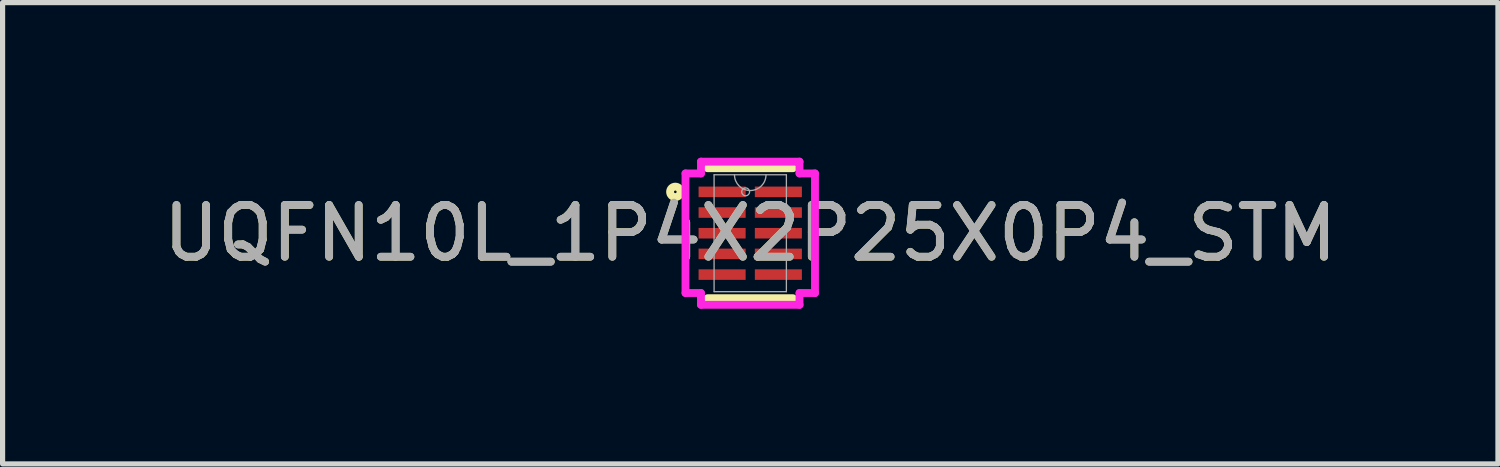
<source format=kicad_pcb>
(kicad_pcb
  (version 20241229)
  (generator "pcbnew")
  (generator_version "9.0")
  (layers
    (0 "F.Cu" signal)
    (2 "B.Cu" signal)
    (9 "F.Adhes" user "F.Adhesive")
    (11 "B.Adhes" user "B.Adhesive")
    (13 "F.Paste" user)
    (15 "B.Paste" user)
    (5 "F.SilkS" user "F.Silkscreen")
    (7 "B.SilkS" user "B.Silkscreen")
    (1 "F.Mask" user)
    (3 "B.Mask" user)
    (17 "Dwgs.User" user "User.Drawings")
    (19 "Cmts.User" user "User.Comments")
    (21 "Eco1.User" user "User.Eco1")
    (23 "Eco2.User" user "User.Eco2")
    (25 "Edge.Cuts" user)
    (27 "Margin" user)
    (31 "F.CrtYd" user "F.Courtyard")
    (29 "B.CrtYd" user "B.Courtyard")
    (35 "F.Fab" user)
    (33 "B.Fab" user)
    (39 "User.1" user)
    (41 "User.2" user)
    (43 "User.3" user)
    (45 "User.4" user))
  (footprint "UQFN10L_1P4X2P25X0P4_STM"
    (layer "F.Cu")
    (at 11.458 1.46)
    (property "Reference" "UQFN10L_1P4X2P25X0P4_STM" (at 0 0 0) (unlocked yes) (layer "F.SilkS") (effects (font (size 1 1) (thickness 0.15))))
    (attr smd)
    (fp_line (start -0.826 1.257) (end 0.826 1.257) (stroke (width 0.152) (type solid)) (layer "F.SilkS"))
    (fp_line (start 0.826 -1.257) (end -0.826 -1.257) (stroke (width 0.152) (type solid)) (layer "F.SilkS"))
    (fp_circle (center -1.449 -0.8) (end -1.348 -0.8) (stroke (width 0.152) (type solid)) (fill no) (layer "F.SilkS"))
    (fp_line (start -1.252 -1.156) (end -0.953 -1.156) (stroke (width 0.152) (type solid)) (layer "F.CrtYd"))
    (fp_line (start -1.252 1.156) (end -1.252 -1.156) (stroke (width 0.152) (type solid)) (layer "F.CrtYd"))
    (fp_line (start -1.252 1.156) (end -0.953 1.156) (stroke (width 0.152) (type solid)) (layer "F.CrtYd"))
    (fp_line (start -0.953 -1.384) (end 0.953 -1.384) (stroke (width 0.152) (type solid)) (layer "F.CrtYd"))
    (fp_line (start -0.953 -1.156) (end -0.953 -1.384) (stroke (width 0.152) (type solid)) (layer "F.CrtYd"))
    (fp_line (start -0.953 1.384) (end -0.953 1.156) (stroke (width 0.152) (type solid)) (layer "F.CrtYd"))
    (fp_line (start 0.953 -1.384) (end 0.953 -1.156) (stroke (width 0.152) (type solid)) (layer "F.CrtYd"))
    (fp_line (start 0.953 1.156) (end 0.953 1.384) (stroke (width 0.152) (type solid)) (layer "F.CrtYd"))
    (fp_line (start 0.953 1.384) (end -0.953 1.384) (stroke (width 0.152) (type solid)) (layer "F.CrtYd"))
    (fp_line (start 1.252 -1.156) (end 0.953 -1.156) (stroke (width 0.152) (type solid)) (layer "F.CrtYd"))
    (fp_line (start 1.252 -1.156) (end 1.252 1.156) (stroke (width 0.152) (type solid)) (layer "F.CrtYd"))
    (fp_line (start 1.252 1.156) (end 0.953 1.156) (stroke (width 0.152) (type solid)) (layer "F.CrtYd"))
    (fp_line (start -0.699 -1.13) (end -0.699 1.13) (stroke (width 0.025) (type solid)) (layer "F.Fab"))
    (fp_line (start -0.699 1.13) (end 0.699 1.13) (stroke (width 0.025) (type solid)) (layer "F.Fab"))
    (fp_line (start 0.699 -1.13) (end -0.699 -1.13) (stroke (width 0.025) (type solid)) (layer "F.Fab"))
    (fp_line (start 0.699 1.13) (end 0.699 -1.13) (stroke (width 0.025) (type solid)) (layer "F.Fab"))
    (fp_arc (start 0.3048 -1.1303) (mid 0 -0.8255) (end -0.3048 -1.1303) (stroke (width 0.0254) (type solid)) (layer "F.Fab"))
    (fp_circle (center -0.089 -0.8) (end -0.013 -0.8) (stroke (width 0.025) (type solid)) (fill no) (layer "F.Fab"))
    (fp_text user "${REFERENCE}" (at 0 0 0) (unlocked yes) (layer "F.Fab") (effects (font (size 1 1) (thickness 0.15))))
    (pad "1" smd rect (at -0.544 -0.8) (size 0.91 0.204) (layers "F.Cu" "F.Mask" "F.Paste"))
    (pad "2" smd rect (at -0.544 -0.4) (size 0.91 0.204) (layers "F.Cu" "F.Mask" "F.Paste"))
    (pad "3" smd rect (at -0.544 0) (size 0.91 0.204) (layers "F.Cu" "F.Mask" "F.Paste"))
    (pad "4" smd rect (at -0.544 0.4) (size 0.91 0.204) (layers "F.Cu" "F.Mask" "F.Paste"))
    (pad "5" smd rect (at -0.544 0.8) (size 0.91 0.204) (layers "F.Cu" "F.Mask" "F.Paste"))
    (pad "6" smd rect (at 0.544 0.8) (size 0.91 0.204) (layers "F.Cu" "F.Mask" "F.Paste"))
    (pad "7" smd rect (at 0.544 0.4) (size 0.91 0.204) (layers "F.Cu" "F.Mask" "F.Paste"))
    (pad "8" smd rect (at 0.544 0) (size 0.91 0.204) (layers "F.Cu" "F.Mask" "F.Paste"))
    (pad "9" smd rect (at 0.544 -0.4) (size 0.91 0.204) (layers "F.Cu" "F.Mask" "F.Paste"))
    (pad "10" smd rect (at 0.544 -0.8) (size 0.91 0.204) (layers "F.Cu" "F.Mask" "F.Paste")))
  (gr_rect
    (start -3 -3)
    (end 25.917 5.921)
    (stroke (width 0.1) (type default))
    (fill no)
    (layer "Edge.Cuts")))
</source>
